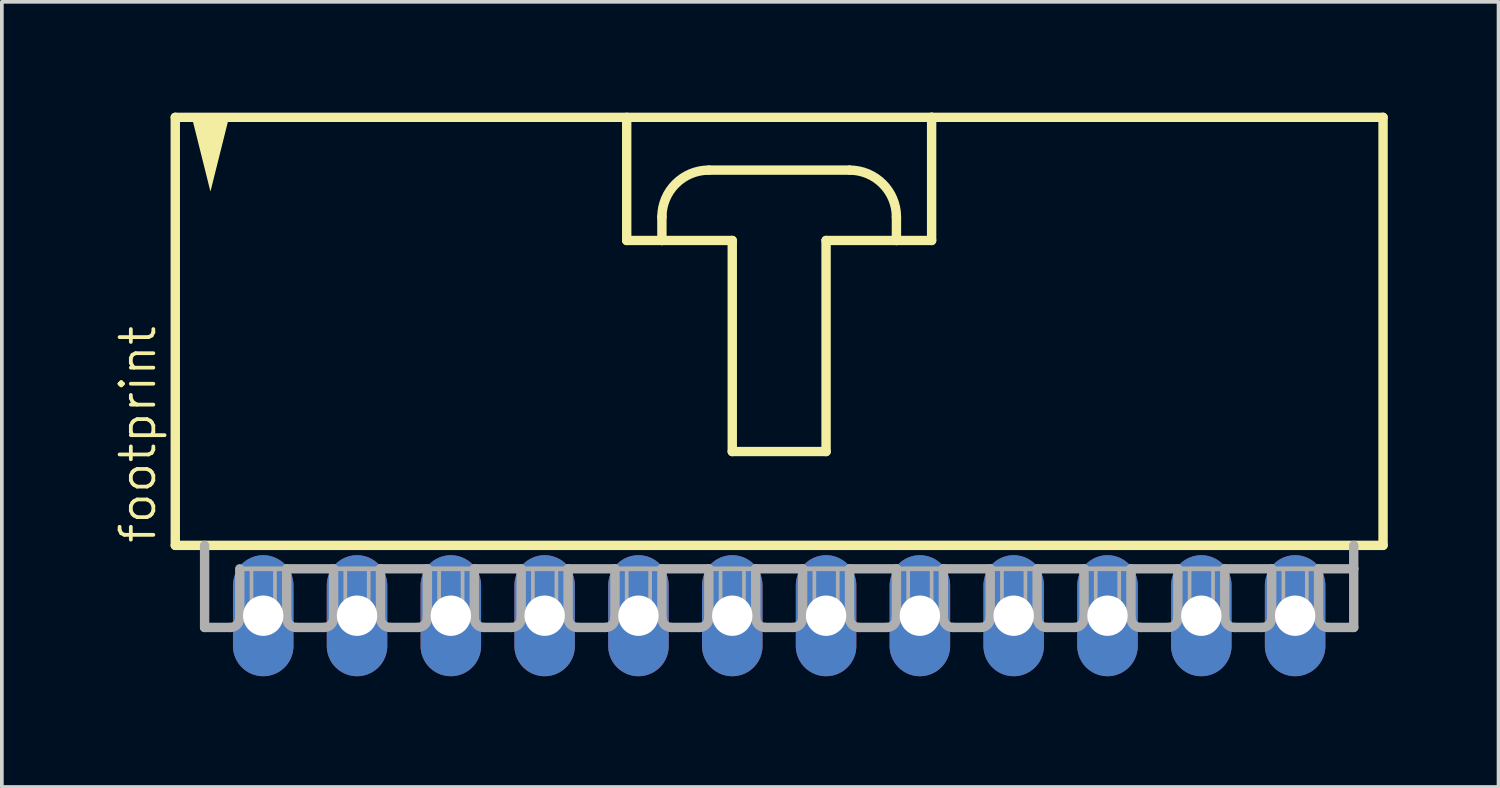
<source format=kicad_pcb>
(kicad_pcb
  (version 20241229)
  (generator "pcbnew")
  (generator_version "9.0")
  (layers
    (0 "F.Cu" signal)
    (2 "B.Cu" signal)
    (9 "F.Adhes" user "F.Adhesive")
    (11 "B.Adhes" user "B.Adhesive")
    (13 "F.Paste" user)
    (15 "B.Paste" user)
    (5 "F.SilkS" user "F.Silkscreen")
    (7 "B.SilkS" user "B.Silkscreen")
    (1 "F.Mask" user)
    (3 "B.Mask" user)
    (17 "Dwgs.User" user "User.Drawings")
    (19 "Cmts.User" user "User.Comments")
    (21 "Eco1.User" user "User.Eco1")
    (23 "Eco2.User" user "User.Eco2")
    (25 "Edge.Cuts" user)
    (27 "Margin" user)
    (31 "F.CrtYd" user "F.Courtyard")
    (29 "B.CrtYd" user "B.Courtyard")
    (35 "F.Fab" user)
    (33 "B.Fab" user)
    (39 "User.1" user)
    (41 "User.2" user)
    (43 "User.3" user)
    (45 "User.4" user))
  (footprint "footprint"
    (layer "F.Cu")
    (at 18.047 6.001)
    (property "Reference" "footprint" (at -16.828 5.715 90) (layer "F.SilkS") (effects (font (size 0.914 0.914) (thickness 0.102)) (justify left bottom)))
    (fp_line (start -16.351 -5.874) (end -16.351 5.715) (stroke (width 0.254) (type solid)) (layer "F.SilkS"))
    (fp_line (start -16.351 5.715) (end 16.351 5.715) (stroke (width 0.254) (type solid)) (layer "F.SilkS"))
    (fp_line (start -4.128 -5.874) (end -4.128 -2.54) (stroke (width 0.254) (type solid)) (layer "F.SilkS"))
    (fp_line (start -4.128 -2.54) (end -3.175 -2.54) (stroke (width 0.254) (type solid)) (layer "F.SilkS"))
    (fp_line (start -3.175 -2.54) (end -3.175 -3.175) (stroke (width 0.254) (type solid)) (layer "F.SilkS"))
    (fp_line (start -3.175 -2.54) (end -1.27 -2.54) (stroke (width 0.254) (type solid)) (layer "F.SilkS"))
    (fp_line (start -1.905 -4.445) (end 1.905 -4.445) (stroke (width 0.254) (type solid)) (layer "F.SilkS"))
    (fp_line (start -1.27 -2.54) (end -1.27 3.175) (stroke (width 0.254) (type solid)) (layer "F.SilkS"))
    (fp_line (start -1.27 3.175) (end 1.27 3.175) (stroke (width 0.254) (type solid)) (layer "F.SilkS"))
    (fp_line (start 1.27 -2.54) (end 3.175 -2.54) (stroke (width 0.254) (type solid)) (layer "F.SilkS"))
    (fp_line (start 1.27 3.175) (end 1.27 -2.54) (stroke (width 0.254) (type solid)) (layer "F.SilkS"))
    (fp_line (start 3.175 -3.175) (end 3.175 -2.54) (stroke (width 0.254) (type solid)) (layer "F.SilkS"))
    (fp_line (start 3.175 -2.54) (end 4.128 -2.54) (stroke (width 0.254) (type solid)) (layer "F.SilkS"))
    (fp_line (start 4.128 -5.874) (end -16.351 -5.874) (stroke (width 0.254) (type solid)) (layer "F.SilkS"))
    (fp_line (start 4.128 -2.54) (end 4.128 -5.874) (stroke (width 0.254) (type solid)) (layer "F.SilkS"))
    (fp_line (start 16.351 -5.874) (end 4.128 -5.874) (stroke (width 0.254) (type solid)) (layer "F.SilkS"))
    (fp_line (start 16.351 5.715) (end 16.351 -5.874) (stroke (width 0.254) (type solid)) (layer "F.SilkS"))
    (fp_arc (start -3.175 -3.175) (mid -2.803026 -4.073026) (end -1.905 -4.445) (stroke (width 0.254) (type solid)) (layer "F.SilkS"))
    (fp_arc (start 1.905 -4.445) (mid 2.803026 -4.073026) (end 3.175 -3.175) (stroke (width 0.254) (type solid)) (layer "F.SilkS"))
    (fp_poly (pts (xy -15.399 -3.864) (xy -15.908 -5.899) (xy -14.89 -5.899)) (stroke (width 0) (type solid)) (fill yes) (layer "F.SilkS"))
    (fp_line (start -15.557 5.715) (end -15.557 7.938) (stroke (width 0.254) (type solid)) (layer "F.Fab"))
    (fp_line (start -14.859 7.938) (end -15.557 7.938) (stroke (width 0.254) (type solid)) (layer "F.Fab"))
    (fp_line (start -14.605 6.35) (end -14.605 7.684) (stroke (width 0.254) (type solid)) (layer "F.Fab"))
    (fp_line (start -14.605 6.35) (end -13.335 6.35) (stroke (width 0.127) (type solid)) (layer "F.Fab"))
    (fp_line (start -13.335 6.35) (end -13.335 7.684) (stroke (width 0.254) (type solid)) (layer "F.Fab"))
    (fp_line (start -13.335 6.35) (end -12.065 6.35) (stroke (width 0.254) (type solid)) (layer "F.Fab"))
    (fp_line (start -12.319 7.938) (end -13.081 7.938) (stroke (width 0.254) (type solid)) (layer "F.Fab"))
    (fp_line (start -12.065 6.35) (end -12.065 7.684) (stroke (width 0.254) (type solid)) (layer "F.Fab"))
    (fp_line (start -12.065 6.35) (end -10.795 6.35) (stroke (width 0.127) (type solid)) (layer "F.Fab"))
    (fp_line (start -10.795 6.35) (end -10.795 7.684) (stroke (width 0.254) (type solid)) (layer "F.Fab"))
    (fp_line (start -10.795 6.35) (end -9.525 6.35) (stroke (width 0.254) (type solid)) (layer "F.Fab"))
    (fp_line (start -9.779 7.938) (end -10.541 7.938) (stroke (width 0.254) (type solid)) (layer "F.Fab"))
    (fp_line (start -9.525 6.35) (end -9.525 7.684) (stroke (width 0.254) (type solid)) (layer "F.Fab"))
    (fp_line (start -9.525 6.35) (end -8.255 6.35) (stroke (width 0.127) (type solid)) (layer "F.Fab"))
    (fp_line (start -8.255 6.35) (end -8.255 7.684) (stroke (width 0.254) (type solid)) (layer "F.Fab"))
    (fp_line (start -8.255 6.35) (end -6.985 6.35) (stroke (width 0.254) (type solid)) (layer "F.Fab"))
    (fp_line (start -7.239 7.938) (end -8.001 7.938) (stroke (width 0.254) (type solid)) (layer "F.Fab"))
    (fp_line (start -6.985 6.35) (end -6.985 7.684) (stroke (width 0.254) (type solid)) (layer "F.Fab"))
    (fp_line (start -6.985 6.35) (end -5.715 6.35) (stroke (width 0.127) (type solid)) (layer "F.Fab"))
    (fp_line (start -5.715 6.35) (end -5.715 7.684) (stroke (width 0.254) (type solid)) (layer "F.Fab"))
    (fp_line (start -5.715 6.35) (end -4.445 6.35) (stroke (width 0.254) (type solid)) (layer "F.Fab"))
    (fp_line (start -4.699 7.938) (end -5.461 7.938) (stroke (width 0.254) (type solid)) (layer "F.Fab"))
    (fp_line (start -4.445 6.35) (end -4.445 7.684) (stroke (width 0.254) (type solid)) (layer "F.Fab"))
    (fp_line (start -4.445 6.35) (end -3.175 6.35) (stroke (width 0.127) (type solid)) (layer "F.Fab"))
    (fp_line (start -3.175 6.35) (end -3.175 7.684) (stroke (width 0.254) (type solid)) (layer "F.Fab"))
    (fp_line (start -3.175 6.35) (end -1.905 6.35) (stroke (width 0.254) (type solid)) (layer "F.Fab"))
    (fp_line (start -2.159 7.938) (end -2.921 7.938) (stroke (width 0.254) (type solid)) (layer "F.Fab"))
    (fp_line (start -1.905 6.35) (end -1.905 7.684) (stroke (width 0.254) (type solid)) (layer "F.Fab"))
    (fp_line (start -1.905 6.35) (end -0.635 6.35) (stroke (width 0.127) (type solid)) (layer "F.Fab"))
    (fp_line (start -0.635 6.35) (end -0.635 7.684) (stroke (width 0.254) (type solid)) (layer "F.Fab"))
    (fp_line (start -0.635 6.35) (end 0.635 6.35) (stroke (width 0.254) (type solid)) (layer "F.Fab"))
    (fp_line (start 0.381 7.938) (end -0.381 7.938) (stroke (width 0.254) (type solid)) (layer "F.Fab"))
    (fp_line (start 0.635 6.35) (end 0.635 7.684) (stroke (width 0.254) (type solid)) (layer "F.Fab"))
    (fp_line (start 0.635 6.35) (end 1.905 6.35) (stroke (width 0.127) (type solid)) (layer "F.Fab"))
    (fp_line (start 1.905 6.35) (end 1.905 7.684) (stroke (width 0.254) (type solid)) (layer "F.Fab"))
    (fp_line (start 1.905 6.35) (end 3.175 6.35) (stroke (width 0.254) (type solid)) (layer "F.Fab"))
    (fp_line (start 2.921 7.938) (end 2.159 7.938) (stroke (width 0.254) (type solid)) (layer "F.Fab"))
    (fp_line (start 3.175 6.35) (end 3.175 7.684) (stroke (width 0.254) (type solid)) (layer "F.Fab"))
    (fp_line (start 3.175 6.35) (end 4.445 6.35) (stroke (width 0.127) (type solid)) (layer "F.Fab"))
    (fp_line (start 4.445 6.35) (end 4.445 7.684) (stroke (width 0.254) (type solid)) (layer "F.Fab"))
    (fp_line (start 4.445 6.35) (end 5.715 6.35) (stroke (width 0.254) (type solid)) (layer "F.Fab"))
    (fp_line (start 5.461 7.938) (end 4.699 7.938) (stroke (width 0.254) (type solid)) (layer "F.Fab"))
    (fp_line (start 5.715 6.35) (end 5.715 7.684) (stroke (width 0.254) (type solid)) (layer "F.Fab"))
    (fp_line (start 5.715 6.35) (end 6.985 6.35) (stroke (width 0.127) (type solid)) (layer "F.Fab"))
    (fp_line (start 6.985 6.35) (end 6.985 7.684) (stroke (width 0.254) (type solid)) (layer "F.Fab"))
    (fp_line (start 6.985 6.35) (end 8.255 6.35) (stroke (width 0.254) (type solid)) (layer "F.Fab"))
    (fp_line (start 8.001 7.938) (end 7.239 7.938) (stroke (width 0.254) (type solid)) (layer "F.Fab"))
    (fp_line (start 8.255 6.35) (end 8.255 7.684) (stroke (width 0.254) (type solid)) (layer "F.Fab"))
    (fp_line (start 8.255 6.35) (end 9.525 6.35) (stroke (width 0.127) (type solid)) (layer "F.Fab"))
    (fp_line (start 9.525 6.35) (end 9.525 7.684) (stroke (width 0.254) (type solid)) (layer "F.Fab"))
    (fp_line (start 9.525 6.35) (end 10.795 6.35) (stroke (width 0.254) (type solid)) (layer "F.Fab"))
    (fp_line (start 10.541 7.938) (end 9.779 7.938) (stroke (width 0.254) (type solid)) (layer "F.Fab"))
    (fp_line (start 10.795 6.35) (end 10.795 7.684) (stroke (width 0.254) (type solid)) (layer "F.Fab"))
    (fp_line (start 10.795 6.35) (end 12.065 6.35) (stroke (width 0.127) (type solid)) (layer "F.Fab"))
    (fp_line (start 12.065 6.35) (end 12.065 7.684) (stroke (width 0.254) (type solid)) (layer "F.Fab"))
    (fp_line (start 12.065 6.35) (end 13.335 6.35) (stroke (width 0.254) (type solid)) (layer "F.Fab"))
    (fp_line (start 13.081 7.938) (end 12.319 7.938) (stroke (width 0.254) (type solid)) (layer "F.Fab"))
    (fp_line (start 13.335 6.35) (end 13.335 7.684) (stroke (width 0.254) (type solid)) (layer "F.Fab"))
    (fp_line (start 13.335 6.35) (end 14.605 6.35) (stroke (width 0.127) (type solid)) (layer "F.Fab"))
    (fp_line (start 14.605 6.35) (end 14.605 7.684) (stroke (width 0.254) (type solid)) (layer "F.Fab"))
    (fp_line (start 14.605 6.35) (end 15.557 6.35) (stroke (width 0.254) (type solid)) (layer "F.Fab"))
    (fp_line (start 14.859 7.938) (end 15.557 7.938) (stroke (width 0.254) (type solid)) (layer "F.Fab"))
    (fp_line (start 15.557 6.35) (end 15.557 5.715) (stroke (width 0.254) (type solid)) (layer "F.Fab"))
    (fp_line (start 15.557 7.938) (end 15.557 6.35) (stroke (width 0.254) (type solid)) (layer "F.Fab"))
    (fp_arc (start -14.605 7.6835) (mid -14.679395 7.863105) (end -14.859 7.9375) (stroke (width 0.254) (type solid)) (layer "F.Fab"))
    (fp_arc (start -13.081 7.9375) (mid -13.260605 7.863105) (end -13.335 7.6835) (stroke (width 0.254) (type solid)) (layer "F.Fab"))
    (fp_arc (start -12.065 7.6835) (mid -12.139395 7.863105) (end -12.319 7.9375) (stroke (width 0.254) (type solid)) (layer "F.Fab"))
    (fp_arc (start -10.541 7.9375) (mid -10.720605 7.863105) (end -10.795 7.6835) (stroke (width 0.254) (type solid)) (layer "F.Fab"))
    (fp_arc (start -9.525 7.6835) (mid -9.599395 7.863105) (end -9.779 7.9375) (stroke (width 0.254) (type solid)) (layer "F.Fab"))
    (fp_arc (start -8.001 7.9375) (mid -8.180605 7.863105) (end -8.255 7.6835) (stroke (width 0.254) (type solid)) (layer "F.Fab"))
    (fp_arc (start -6.985 7.6835) (mid -7.059395 7.863105) (end -7.239 7.9375) (stroke (width 0.254) (type solid)) (layer "F.Fab"))
    (fp_arc (start -5.461 7.9375) (mid -5.640605 7.863105) (end -5.715 7.6835) (stroke (width 0.254) (type solid)) (layer "F.Fab"))
    (fp_arc (start -4.445 7.6835) (mid -4.519395 7.863105) (end -4.699 7.9375) (stroke (width 0.254) (type solid)) (layer "F.Fab"))
    (fp_arc (start -2.921 7.9375) (mid -3.100605 7.863105) (end -3.175 7.6835) (stroke (width 0.254) (type solid)) (layer "F.Fab"))
    (fp_arc (start -1.905 7.6835) (mid -1.979395 7.863105) (end -2.159 7.9375) (stroke (width 0.254) (type solid)) (layer "F.Fab"))
    (fp_arc (start -0.381 7.9375) (mid -0.560605 7.863105) (end -0.635 7.6835) (stroke (width 0.254) (type solid)) (layer "F.Fab"))
    (fp_arc (start 0.635 7.6835) (mid 0.560605 7.863105) (end 0.381 7.9375) (stroke (width 0.254) (type solid)) (layer "F.Fab"))
    (fp_arc (start 2.159 7.9375) (mid 1.979395 7.863105) (end 1.905 7.6835) (stroke (width 0.254) (type solid)) (layer "F.Fab"))
    (fp_arc (start 3.175 7.6835) (mid 3.100605 7.863105) (end 2.921 7.9375) (stroke (width 0.254) (type solid)) (layer "F.Fab"))
    (fp_arc (start 4.699 7.9375) (mid 4.519395 7.863105) (end 4.445 7.6835) (stroke (width 0.254) (type solid)) (layer "F.Fab"))
    (fp_arc (start 5.715 7.6835) (mid 5.640605 7.863105) (end 5.461 7.9375) (stroke (width 0.254) (type solid)) (layer "F.Fab"))
    (fp_arc (start 7.239 7.9375) (mid 7.059395 7.863105) (end 6.985 7.6835) (stroke (width 0.254) (type solid)) (layer "F.Fab"))
    (fp_arc (start 8.255 7.6835) (mid 8.180605 7.863105) (end 8.001 7.9375) (stroke (width 0.254) (type solid)) (layer "F.Fab"))
    (fp_arc (start 9.779 7.9375) (mid 9.599395 7.863105) (end 9.525 7.6835) (stroke (width 0.254) (type solid)) (layer "F.Fab"))
    (fp_arc (start 10.795 7.6835) (mid 10.720605 7.863105) (end 10.541 7.9375) (stroke (width 0.254) (type solid)) (layer "F.Fab"))
    (fp_arc (start 12.319 7.9375) (mid 12.139395 7.863105) (end 12.065 7.6835) (stroke (width 0.254) (type solid)) (layer "F.Fab"))
    (fp_arc (start 13.335 7.6835) (mid 13.260605 7.863105) (end 13.081 7.9375) (stroke (width 0.254) (type solid)) (layer "F.Fab"))
    (fp_arc (start 14.859 7.9375) (mid 14.679395 7.863105) (end 14.605 7.6835) (stroke (width 0.254) (type solid)) (layer "F.Fab"))
    (fp_poly (pts (xy -14.287 7.62) (xy -13.652 7.62) (xy -13.652 6.35) (xy -14.287 6.35)) (stroke (width 0.1) (type solid)) (fill no) (layer "F.Fab"))
    (fp_poly (pts (xy -11.748 7.62) (xy -11.113 7.62) (xy -11.113 6.35) (xy -11.748 6.35)) (stroke (width 0.1) (type solid)) (fill no) (layer "F.Fab"))
    (fp_poly (pts (xy -9.207 7.62) (xy -8.572 7.62) (xy -8.572 6.35) (xy -9.207 6.35)) (stroke (width 0.1) (type solid)) (fill no) (layer "F.Fab"))
    (fp_poly (pts (xy -6.668 7.62) (xy -6.032 7.62) (xy -6.032 6.35) (xy -6.668 6.35)) (stroke (width 0.1) (type solid)) (fill no) (layer "F.Fab"))
    (fp_poly (pts (xy -4.128 7.62) (xy -3.493 7.62) (xy -3.493 6.35) (xy -4.128 6.35)) (stroke (width 0.1) (type solid)) (fill no) (layer "F.Fab"))
    (fp_poly (pts (xy -1.587 7.62) (xy -0.953 7.62) (xy -0.953 6.35) (xy -1.587 6.35)) (stroke (width 0.1) (type solid)) (fill no) (layer "F.Fab"))
    (fp_poly (pts (xy 0.953 7.62) (xy 1.587 7.62) (xy 1.587 6.35) (xy 0.953 6.35)) (stroke (width 0.1) (type solid)) (fill no) (layer "F.Fab"))
    (fp_poly (pts (xy 3.493 7.62) (xy 4.128 7.62) (xy 4.128 6.35) (xy 3.493 6.35)) (stroke (width 0.1) (type solid)) (fill no) (layer "F.Fab"))
    (fp_poly (pts (xy 6.032 7.62) (xy 6.668 7.62) (xy 6.668 6.35) (xy 6.032 6.35)) (stroke (width 0.1) (type solid)) (fill no) (layer "F.Fab"))
    (fp_poly (pts (xy 8.572 7.62) (xy 9.207 7.62) (xy 9.207 6.35) (xy 8.572 6.35)) (stroke (width 0.1) (type solid)) (fill no) (layer "F.Fab"))
    (fp_poly (pts (xy 11.113 7.62) (xy 11.748 7.62) (xy 11.748 6.35) (xy 11.113 6.35)) (stroke (width 0.1) (type solid)) (fill no) (layer "F.Fab"))
    (fp_poly (pts (xy 13.652 7.62) (xy 14.287 7.62) (xy 14.287 6.35) (xy 13.652 6.35)) (stroke (width 0.1) (type solid)) (fill no) (layer "F.Fab"))
    (pad "1" thru_hole oval (at -13.97 7.62 90) (size 3.277 1.638) (drill 1.092) (layers "*.Cu" "*.Mask"))
    (pad "2" thru_hole oval (at -11.43 7.62 90) (size 3.277 1.638) (drill 1.092) (layers "*.Cu" "*.Mask"))
    (pad "3" thru_hole oval (at -8.89 7.62 90) (size 3.277 1.638) (drill 1.092) (layers "*.Cu" "*.Mask"))
    (pad "4" thru_hole oval (at -6.35 7.62 90) (size 3.277 1.638) (drill 1.092) (layers "*.Cu" "*.Mask"))
    (pad "5" thru_hole oval (at -3.81 7.62 90) (size 3.277 1.638) (drill 1.092) (layers "*.Cu" "*.Mask"))
    (pad "6" thru_hole oval (at -1.27 7.62 90) (size 3.277 1.638) (drill 1.092) (layers "*.Cu" "*.Mask"))
    (pad "7" thru_hole oval (at 1.27 7.62 90) (size 3.277 1.638) (drill 1.092) (layers "*.Cu" "*.Mask"))
    (pad "8" thru_hole oval (at 3.81 7.62 90) (size 3.277 1.638) (drill 1.092) (layers "*.Cu" "*.Mask"))
    (pad "9" thru_hole oval (at 6.35 7.62 90) (size 3.277 1.638) (drill 1.092) (layers "*.Cu" "*.Mask"))
    (pad "10" thru_hole oval (at 8.89 7.62 90) (size 3.277 1.638) (drill 1.092) (layers "*.Cu" "*.Mask"))
    (pad "11" thru_hole oval (at 11.43 7.62 90) (size 3.277 1.638) (drill 1.092) (layers "*.Cu" "*.Mask"))
    (pad "12" thru_hole oval (at 13.97 7.62 90) (size 3.277 1.638) (drill 1.092) (layers "*.Cu" "*.Mask")))
  (gr_rect
    (start -3 -3)
    (end 37.525 18.259)
    (stroke (width 0.1) (type default))
    (fill no)
    (layer "Edge.Cuts")))
</source>
